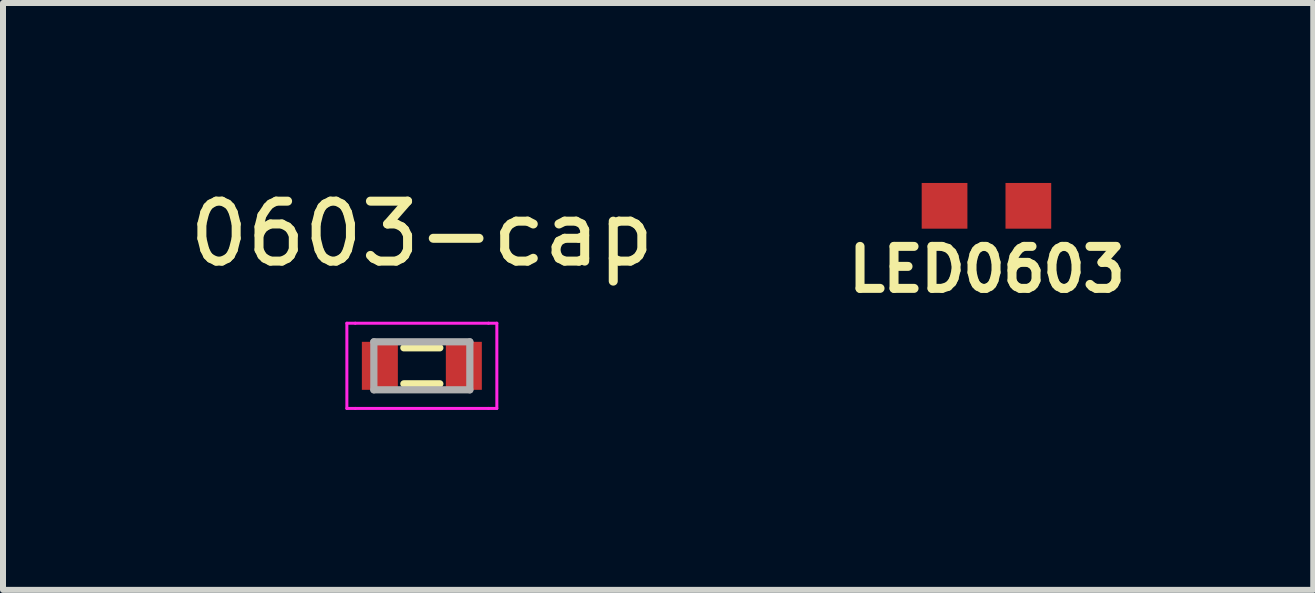
<source format=kicad_pcb>
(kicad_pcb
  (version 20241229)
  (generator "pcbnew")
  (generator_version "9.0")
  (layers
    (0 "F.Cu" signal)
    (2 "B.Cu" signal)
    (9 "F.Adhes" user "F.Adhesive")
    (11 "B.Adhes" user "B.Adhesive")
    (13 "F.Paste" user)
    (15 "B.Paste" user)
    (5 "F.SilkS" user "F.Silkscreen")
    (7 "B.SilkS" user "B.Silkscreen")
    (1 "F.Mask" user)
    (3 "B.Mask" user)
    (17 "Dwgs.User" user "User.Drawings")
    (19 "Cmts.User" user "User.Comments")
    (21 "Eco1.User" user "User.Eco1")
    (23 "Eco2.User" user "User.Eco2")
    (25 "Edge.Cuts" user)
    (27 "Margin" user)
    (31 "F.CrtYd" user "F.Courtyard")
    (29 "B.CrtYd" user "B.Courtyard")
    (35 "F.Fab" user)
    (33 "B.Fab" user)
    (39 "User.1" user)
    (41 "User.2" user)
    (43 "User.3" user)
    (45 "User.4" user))
  (footprint "0603-cap"
    (layer "F.Cu")
    (at 3.982 3.048)
    (property "Reference" "0603-cap" (at 0 -2.2 0) (layer "F.SilkS") (effects (font (size 1 1) (thickness 0.15))))
    (attr smd)
    (fp_line (start -0.3 -0.3) (end 0.3 -0.3) (stroke (width 0.12) (type solid)) (layer "F.SilkS"))
    (fp_line (start -0.3 0.3) (end 0.3 0.3) (stroke (width 0.12) (type solid)) (layer "F.SilkS"))
    (fp_line (start -1.25 0.71) (end -1.25 -0.71) (stroke (width 0.05) (type solid)) (layer "F.CrtYd"))
    (fp_line (start -1.11 -0.71) (end -1.25 -0.71) (stroke (width 0.05) (type solid)) (layer "F.CrtYd"))
    (fp_line (start -1.11 -0.71) (end 1.11 -0.71) (stroke (width 0.05) (type solid)) (layer "F.CrtYd"))
    (fp_line (start -1.11 0.71) (end -1.25 0.71) (stroke (width 0.05) (type solid)) (layer "F.CrtYd"))
    (fp_line (start 1.11 -0.71) (end 1.25 -0.71) (stroke (width 0.05) (type solid)) (layer "F.CrtYd"))
    (fp_line (start 1.11 0.71) (end -1.11 0.71) (stroke (width 0.05) (type solid)) (layer "F.CrtYd"))
    (fp_line (start 1.11 0.71) (end 1.25 0.71) (stroke (width 0.05) (type solid)) (layer "F.CrtYd"))
    (fp_line (start 1.25 -0.71) (end 1.25 0.71) (stroke (width 0.05) (type solid)) (layer "F.CrtYd"))
    (fp_line (start -0.8 -0.4) (end -0.8 0.4) (stroke (width 0.12) (type solid)) (layer "F.Fab"))
    (fp_line (start -0.8 0.4) (end 0.8 0.4) (stroke (width 0.12) (type solid)) (layer "F.Fab"))
    (fp_line (start 0.8 -0.4) (end -0.8 -0.4) (stroke (width 0.12) (type solid)) (layer "F.Fab"))
    (fp_line (start 0.8 0.4) (end 0.8 -0.4) (stroke (width 0.12) (type solid)) (layer "F.Fab"))
    (pad "1" smd rect (at -0.7 0) (size 0.6 0.8) (layers "F.Cu" "F.Mask" "F.Paste"))
    (pad "2" smd rect (at 0.7 0) (size 0.6 0.8) (layers "F.Cu" "F.Mask" "F.Paste")))
  (footprint "LED0603"
    (layer "F.Cu")
    (at 13.343 0.381)
    (property "Reference" "LED0603" (at 0.06 1.06 180) (layer "F.SilkS") (effects (font (size 0.7 0.7) (thickness 0.15))))
    (attr smd)
    (pad "A" smd rect (at -0.648 0) (size 0.762 0.762) (layers "F.Cu" "F.Mask" "F.Paste"))
    (pad "K" smd rect (at 0.749 0) (size 0.762 0.762) (layers "F.Cu" "F.Mask" "F.Paste")))
  (gr_rect
    (start -3 -3)
    (end 18.841 6.783)
    (stroke (width 0.1) (type default))
    (fill no)
    (layer "Edge.Cuts")))
</source>
